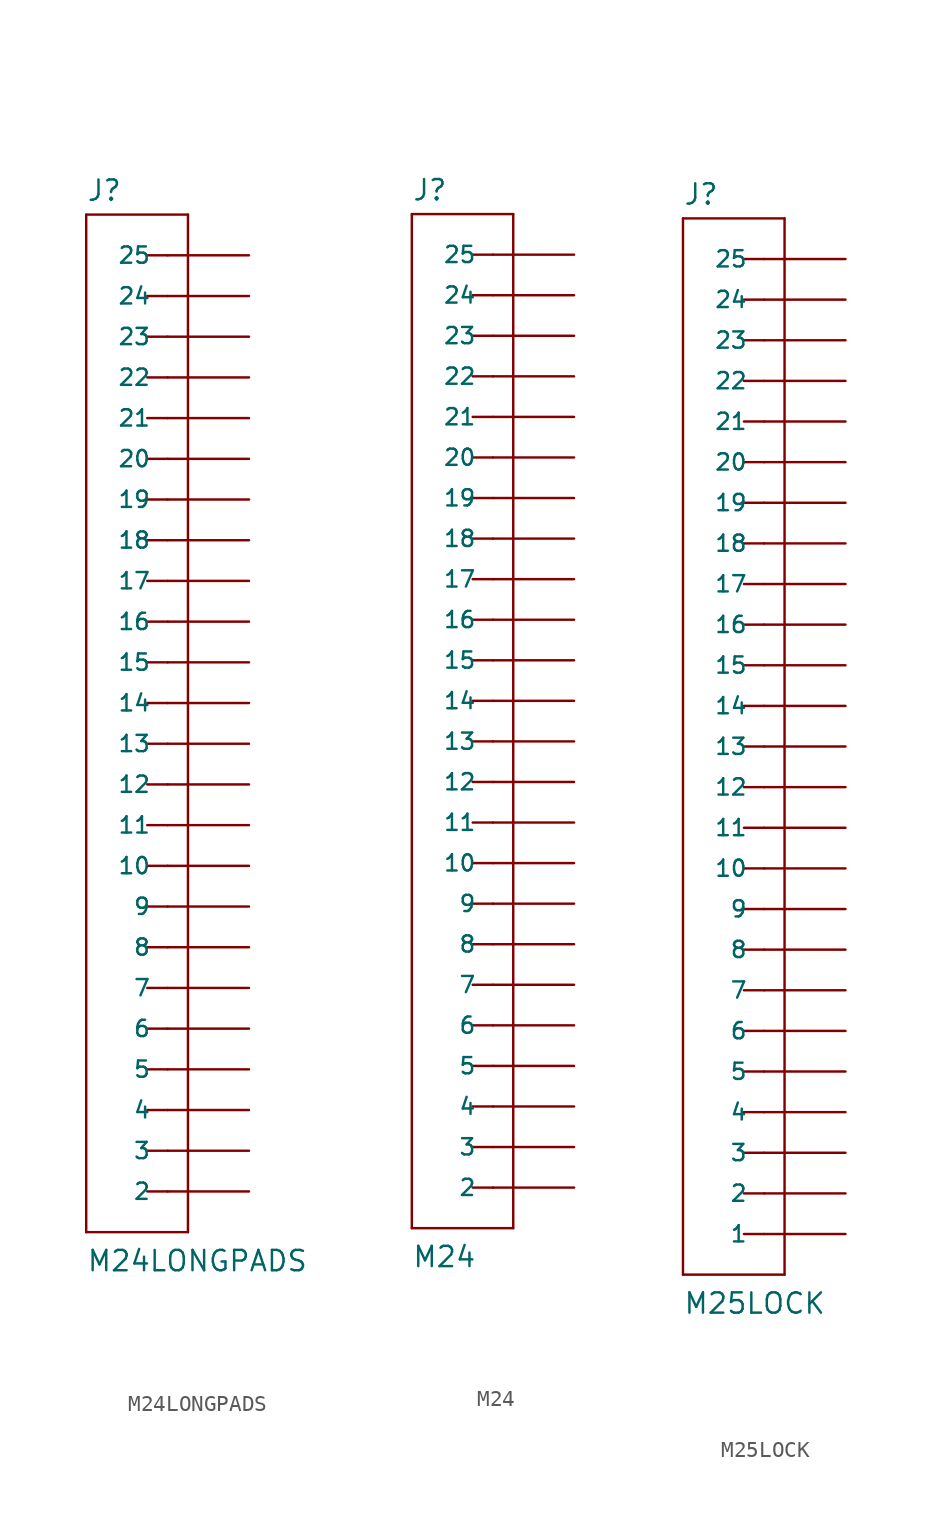
<source format=kicad_sym>
(kicad_symbol_lib
  (version 20211014)
  (generator kicad_symbol_editor)
  (symbol "M24LONGPADS"
    (pin_numbers hide)
    (pin_names
      (offset 1.016))
    (property "Reference" "J"
      (at -2.54 33.782 0)
      (effects (font (size 1.27 1.27)) (justify left bottom)))
    (property "Value" "M24LONGPADS"
      (at -2.54 -33.02 0)
      (effects (font (size 1.27 1.27)) (justify left bottom)))
    (property "Datasheet" ""
      (at 0 0 0)
      (effects (font (size 1.524 1.524))))
    (property "ki_locked" ""
      (at 0 0 0)
      (effects (font (size 1.27 1.27))))
    (symbol "M24LONGPADS_1_0"
      (polyline (pts (xy -2.54 33.02) (xy -2.54 -30.48)) (stroke (width 0) (type default) (color 0 0 0 0)) (fill (type none)))
      (polyline (pts (xy -2.54 33.02) (xy 3.81 33.02)) (stroke (width 0) (type default) (color 0 0 0 0)) (fill (type none)))
      (polyline (pts (xy 1.27 -27.94) (xy 2.54 -27.94)) (stroke (width 0) (type default) (color 0 0 0 0)) (fill (type none)))
      (polyline (pts (xy 1.27 -25.4) (xy 2.54 -25.4)) (stroke (width 0) (type default) (color 0 0 0 0)) (fill (type none)))
      (polyline (pts (xy 1.27 -22.86) (xy 2.54 -22.86)) (stroke (width 0) (type default) (color 0 0 0 0)) (fill (type none)))
      (polyline (pts (xy 1.27 -20.32) (xy 2.54 -20.32)) (stroke (width 0) (type default) (color 0 0 0 0)) (fill (type none)))
      (polyline (pts (xy 1.27 -17.78) (xy 2.54 -17.78)) (stroke (width 0) (type default) (color 0 0 0 0)) (fill (type none)))
      (polyline (pts (xy 1.27 -15.24) (xy 2.54 -15.24)) (stroke (width 0) (type default) (color 0 0 0 0)) (fill (type none)))
      (polyline (pts (xy 1.27 -12.7) (xy 2.54 -12.7)) (stroke (width 0) (type default) (color 0 0 0 0)) (fill (type none)))
      (polyline (pts (xy 1.27 -10.16) (xy 2.54 -10.16)) (stroke (width 0) (type default) (color 0 0 0 0)) (fill (type none)))
      (polyline (pts (xy 1.27 -7.62) (xy 2.54 -7.62)) (stroke (width 0) (type default) (color 0 0 0 0)) (fill (type none)))
      (polyline (pts (xy 1.27 -5.08) (xy 2.54 -5.08)) (stroke (width 0) (type default) (color 0 0 0 0)) (fill (type none)))
      (polyline (pts (xy 1.27 -2.54) (xy 2.54 -2.54)) (stroke (width 0) (type default) (color 0 0 0 0)) (fill (type none)))
      (polyline (pts (xy 1.27 0) (xy 2.54 0)) (stroke (width 0) (type default) (color 0 0 0 0)) (fill (type none)))
      (polyline (pts (xy 1.27 2.54) (xy 2.54 2.54)) (stroke (width 0) (type default) (color 0 0 0 0)) (fill (type none)))
      (polyline (pts (xy 1.27 5.08) (xy 2.54 5.08)) (stroke (width 0) (type default) (color 0 0 0 0)) (fill (type none)))
      (polyline (pts (xy 1.27 7.62) (xy 2.54 7.62)) (stroke (width 0) (type default) (color 0 0 0 0)) (fill (type none)))
      (polyline (pts (xy 1.27 10.16) (xy 2.54 10.16)) (stroke (width 0) (type default) (color 0 0 0 0)) (fill (type none)))
      (polyline (pts (xy 1.27 12.7) (xy 2.54 12.7)) (stroke (width 0) (type default) (color 0 0 0 0)) (fill (type none)))
      (polyline (pts (xy 1.27 15.24) (xy 2.54 15.24)) (stroke (width 0) (type default) (color 0 0 0 0)) (fill (type none)))
      (polyline (pts (xy 1.27 17.78) (xy 2.54 17.78)) (stroke (width 0) (type default) (color 0 0 0 0)) (fill (type none)))
      (polyline (pts (xy 1.27 20.32) (xy 2.54 20.32)) (stroke (width 0) (type default) (color 0 0 0 0)) (fill (type none)))
      (polyline (pts (xy 1.27 22.86) (xy 2.54 22.86)) (stroke (width 0) (type default) (color 0 0 0 0)) (fill (type none)))
      (polyline (pts (xy 1.27 25.4) (xy 2.54 25.4)) (stroke (width 0) (type default) (color 0 0 0 0)) (fill (type none)))
      (polyline (pts (xy 1.27 27.94) (xy 2.54 27.94)) (stroke (width 0) (type default) (color 0 0 0 0)) (fill (type none)))
      (polyline (pts (xy 1.27 30.48) (xy 2.54 30.48)) (stroke (width 0) (type default) (color 0 0 0 0)) (fill (type none)))
      (polyline (pts (xy 3.81 -30.48) (xy -2.54 -30.48)) (stroke (width 0) (type default) (color 0 0 0 0)) (fill (type none)))
      (polyline (pts (xy 3.81 -30.48) (xy 3.81 33.02)) (stroke (width 0) (type default) (color 0 0 0 0)) (fill (type none))))
    (symbol "M24LONGPADS_1_1"
      (pin passive line (at 7.62 -7.62 180) (length 5.08) (name "10" (effects (font (size 1.016 1.016)))) (number "10" (effects (font (size 1.016 1.016)))))
      (pin passive line (at 7.62 -5.08 180) (length 5.08) (name "11" (effects (font (size 1.016 1.016)))) (number "11" (effects (font (size 1.016 1.016)))))
      (pin passive line (at 7.62 -2.54 180) (length 5.08) (name "12" (effects (font (size 1.016 1.016)))) (number "12" (effects (font (size 1.016 1.016)))))
      (pin passive line (at 7.62 0 180) (length 5.08) (name "13" (effects (font (size 1.016 1.016)))) (number "13" (effects (font (size 1.016 1.016)))))
      (pin passive line (at 7.62 2.54 180) (length 5.08) (name "14" (effects (font (size 1.016 1.016)))) (number "14" (effects (font (size 1.016 1.016)))))
      (pin passive line (at 7.62 5.08 180) (length 5.08) (name "15" (effects (font (size 1.016 1.016)))) (number "15" (effects (font (size 1.016 1.016)))))
      (pin passive line (at 7.62 7.62 180) (length 5.08) (name "16" (effects (font (size 1.016 1.016)))) (number "16" (effects (font (size 1.016 1.016)))))
      (pin passive line (at 7.62 10.16 180) (length 5.08) (name "17" (effects (font (size 1.016 1.016)))) (number "17" (effects (font (size 1.016 1.016)))))
      (pin passive line (at 7.62 12.7 180) (length 5.08) (name "18" (effects (font (size 1.016 1.016)))) (number "18" (effects (font (size 1.016 1.016)))))
      (pin passive line (at 7.62 15.24 180) (length 5.08) (name "19" (effects (font (size 1.016 1.016)))) (number "19" (effects (font (size 1.016 1.016)))))
      (pin passive line (at 7.62 -27.94 180) (length 5.08) (name "2" (effects (font (size 1.016 1.016)))) (number "2" (effects (font (size 1.016 1.016)))))
      (pin passive line (at 7.62 17.78 180) (length 5.08) (name "20" (effects (font (size 1.016 1.016)))) (number "20" (effects (font (size 1.016 1.016)))))
      (pin passive line (at 7.62 20.32 180) (length 5.08) (name "21" (effects (font (size 1.016 1.016)))) (number "21" (effects (font (size 1.016 1.016)))))
      (pin passive line (at 7.62 22.86 180) (length 5.08) (name "22" (effects (font (size 1.016 1.016)))) (number "22" (effects (font (size 1.016 1.016)))))
      (pin passive line (at 7.62 25.4 180) (length 5.08) (name "23" (effects (font (size 1.016 1.016)))) (number "23" (effects (font (size 1.016 1.016)))))
      (pin passive line (at 7.62 27.94 180) (length 5.08) (name "24" (effects (font (size 1.016 1.016)))) (number "24" (effects (font (size 1.016 1.016)))))
      (pin passive line (at 7.62 30.48 180) (length 5.08) (name "25" (effects (font (size 1.016 1.016)))) (number "25" (effects (font (size 1.016 1.016)))))
      (pin passive line (at 7.62 -25.4 180) (length 5.08) (name "3" (effects (font (size 1.016 1.016)))) (number "3" (effects (font (size 1.016 1.016)))))
      (pin passive line (at 7.62 -22.86 180) (length 5.08) (name "4" (effects (font (size 1.016 1.016)))) (number "4" (effects (font (size 1.016 1.016)))))
      (pin passive line (at 7.62 -20.32 180) (length 5.08) (name "5" (effects (font (size 1.016 1.016)))) (number "5" (effects (font (size 1.016 1.016)))))
      (pin passive line (at 7.62 -17.78 180) (length 5.08) (name "6" (effects (font (size 1.016 1.016)))) (number "6" (effects (font (size 1.016 1.016)))))
      (pin passive line (at 7.62 -15.24 180) (length 5.08) (name "7" (effects (font (size 1.016 1.016)))) (number "7" (effects (font (size 1.016 1.016)))))
      (pin passive line (at 7.62 -12.7 180) (length 5.08) (name "8" (effects (font (size 1.016 1.016)))) (number "8" (effects (font (size 1.016 1.016)))))
      (pin passive line (at 7.62 -10.16 180) (length 5.08) (name "9" (effects (font (size 1.016 1.016)))) (number "9" (effects (font (size 1.016 1.016)))))))
  (symbol "M24"
    (pin_numbers hide)
    (pin_names
      (offset 1.016))
    (property "Reference" "J"
      (at -2.54 33.782 0)
      (effects (font (size 1.27 1.27)) (justify left bottom)))
    (property "Value" "M24"
      (at -2.54 -33.02 0)
      (effects (font (size 1.27 1.27)) (justify left bottom)))
    (property "Datasheet" ""
      (at 0 0 0)
      (effects (font (size 1.524 1.524))))
    (property "ki_locked" ""
      (at 0 0 0)
      (effects (font (size 1.27 1.27))))
    (symbol "M24_1_0"
      (polyline (pts (xy -2.54 33.02) (xy -2.54 -30.48)) (stroke (width 0) (type default) (color 0 0 0 0)) (fill (type none)))
      (polyline (pts (xy -2.54 33.02) (xy 3.81 33.02)) (stroke (width 0) (type default) (color 0 0 0 0)) (fill (type none)))
      (polyline (pts (xy 1.27 -27.94) (xy 2.54 -27.94)) (stroke (width 0) (type default) (color 0 0 0 0)) (fill (type none)))
      (polyline (pts (xy 1.27 -25.4) (xy 2.54 -25.4)) (stroke (width 0) (type default) (color 0 0 0 0)) (fill (type none)))
      (polyline (pts (xy 1.27 -22.86) (xy 2.54 -22.86)) (stroke (width 0) (type default) (color 0 0 0 0)) (fill (type none)))
      (polyline (pts (xy 1.27 -20.32) (xy 2.54 -20.32)) (stroke (width 0) (type default) (color 0 0 0 0)) (fill (type none)))
      (polyline (pts (xy 1.27 -17.78) (xy 2.54 -17.78)) (stroke (width 0) (type default) (color 0 0 0 0)) (fill (type none)))
      (polyline (pts (xy 1.27 -15.24) (xy 2.54 -15.24)) (stroke (width 0) (type default) (color 0 0 0 0)) (fill (type none)))
      (polyline (pts (xy 1.27 -12.7) (xy 2.54 -12.7)) (stroke (width 0) (type default) (color 0 0 0 0)) (fill (type none)))
      (polyline (pts (xy 1.27 -10.16) (xy 2.54 -10.16)) (stroke (width 0) (type default) (color 0 0 0 0)) (fill (type none)))
      (polyline (pts (xy 1.27 -7.62) (xy 2.54 -7.62)) (stroke (width 0) (type default) (color 0 0 0 0)) (fill (type none)))
      (polyline (pts (xy 1.27 -5.08) (xy 2.54 -5.08)) (stroke (width 0) (type default) (color 0 0 0 0)) (fill (type none)))
      (polyline (pts (xy 1.27 -2.54) (xy 2.54 -2.54)) (stroke (width 0) (type default) (color 0 0 0 0)) (fill (type none)))
      (polyline (pts (xy 1.27 0) (xy 2.54 0)) (stroke (width 0) (type default) (color 0 0 0 0)) (fill (type none)))
      (polyline (pts (xy 1.27 2.54) (xy 2.54 2.54)) (stroke (width 0) (type default) (color 0 0 0 0)) (fill (type none)))
      (polyline (pts (xy 1.27 5.08) (xy 2.54 5.08)) (stroke (width 0) (type default) (color 0 0 0 0)) (fill (type none)))
      (polyline (pts (xy 1.27 7.62) (xy 2.54 7.62)) (stroke (width 0) (type default) (color 0 0 0 0)) (fill (type none)))
      (polyline (pts (xy 1.27 10.16) (xy 2.54 10.16)) (stroke (width 0) (type default) (color 0 0 0 0)) (fill (type none)))
      (polyline (pts (xy 1.27 12.7) (xy 2.54 12.7)) (stroke (width 0) (type default) (color 0 0 0 0)) (fill (type none)))
      (polyline (pts (xy 1.27 15.24) (xy 2.54 15.24)) (stroke (width 0) (type default) (color 0 0 0 0)) (fill (type none)))
      (polyline (pts (xy 1.27 17.78) (xy 2.54 17.78)) (stroke (width 0) (type default) (color 0 0 0 0)) (fill (type none)))
      (polyline (pts (xy 1.27 20.32) (xy 2.54 20.32)) (stroke (width 0) (type default) (color 0 0 0 0)) (fill (type none)))
      (polyline (pts (xy 1.27 22.86) (xy 2.54 22.86)) (stroke (width 0) (type default) (color 0 0 0 0)) (fill (type none)))
      (polyline (pts (xy 1.27 25.4) (xy 2.54 25.4)) (stroke (width 0) (type default) (color 0 0 0 0)) (fill (type none)))
      (polyline (pts (xy 1.27 27.94) (xy 2.54 27.94)) (stroke (width 0) (type default) (color 0 0 0 0)) (fill (type none)))
      (polyline (pts (xy 1.27 30.48) (xy 2.54 30.48)) (stroke (width 0) (type default) (color 0 0 0 0)) (fill (type none)))
      (polyline (pts (xy 3.81 -30.48) (xy -2.54 -30.48)) (stroke (width 0) (type default) (color 0 0 0 0)) (fill (type none)))
      (polyline (pts (xy 3.81 -30.48) (xy 3.81 33.02)) (stroke (width 0) (type default) (color 0 0 0 0)) (fill (type none))))
    (symbol "M24_1_1"
      (pin passive line (at 7.62 -7.62 180) (length 5.08) (name "10" (effects (font (size 1.016 1.016)))) (number "10" (effects (font (size 1.016 1.016)))))
      (pin passive line (at 7.62 -5.08 180) (length 5.08) (name "11" (effects (font (size 1.016 1.016)))) (number "11" (effects (font (size 1.016 1.016)))))
      (pin passive line (at 7.62 -2.54 180) (length 5.08) (name "12" (effects (font (size 1.016 1.016)))) (number "12" (effects (font (size 1.016 1.016)))))
      (pin passive line (at 7.62 0 180) (length 5.08) (name "13" (effects (font (size 1.016 1.016)))) (number "13" (effects (font (size 1.016 1.016)))))
      (pin passive line (at 7.62 2.54 180) (length 5.08) (name "14" (effects (font (size 1.016 1.016)))) (number "14" (effects (font (size 1.016 1.016)))))
      (pin passive line (at 7.62 5.08 180) (length 5.08) (name "15" (effects (font (size 1.016 1.016)))) (number "15" (effects (font (size 1.016 1.016)))))
      (pin passive line (at 7.62 7.62 180) (length 5.08) (name "16" (effects (font (size 1.016 1.016)))) (number "16" (effects (font (size 1.016 1.016)))))
      (pin passive line (at 7.62 10.16 180) (length 5.08) (name "17" (effects (font (size 1.016 1.016)))) (number "17" (effects (font (size 1.016 1.016)))))
      (pin passive line (at 7.62 12.7 180) (length 5.08) (name "18" (effects (font (size 1.016 1.016)))) (number "18" (effects (font (size 1.016 1.016)))))
      (pin passive line (at 7.62 15.24 180) (length 5.08) (name "19" (effects (font (size 1.016 1.016)))) (number "19" (effects (font (size 1.016 1.016)))))
      (pin passive line (at 7.62 -27.94 180) (length 5.08) (name "2" (effects (font (size 1.016 1.016)))) (number "2" (effects (font (size 1.016 1.016)))))
      (pin passive line (at 7.62 17.78 180) (length 5.08) (name "20" (effects (font (size 1.016 1.016)))) (number "20" (effects (font (size 1.016 1.016)))))
      (pin passive line (at 7.62 20.32 180) (length 5.08) (name "21" (effects (font (size 1.016 1.016)))) (number "21" (effects (font (size 1.016 1.016)))))
      (pin passive line (at 7.62 22.86 180) (length 5.08) (name "22" (effects (font (size 1.016 1.016)))) (number "22" (effects (font (size 1.016 1.016)))))
      (pin passive line (at 7.62 25.4 180) (length 5.08) (name "23" (effects (font (size 1.016 1.016)))) (number "23" (effects (font (size 1.016 1.016)))))
      (pin passive line (at 7.62 27.94 180) (length 5.08) (name "24" (effects (font (size 1.016 1.016)))) (number "24" (effects (font (size 1.016 1.016)))))
      (pin passive line (at 7.62 30.48 180) (length 5.08) (name "25" (effects (font (size 1.016 1.016)))) (number "25" (effects (font (size 1.016 1.016)))))
      (pin passive line (at 7.62 -25.4 180) (length 5.08) (name "3" (effects (font (size 1.016 1.016)))) (number "3" (effects (font (size 1.016 1.016)))))
      (pin passive line (at 7.62 -22.86 180) (length 5.08) (name "4" (effects (font (size 1.016 1.016)))) (number "4" (effects (font (size 1.016 1.016)))))
      (pin passive line (at 7.62 -20.32 180) (length 5.08) (name "5" (effects (font (size 1.016 1.016)))) (number "5" (effects (font (size 1.016 1.016)))))
      (pin passive line (at 7.62 -17.78 180) (length 5.08) (name "6" (effects (font (size 1.016 1.016)))) (number "6" (effects (font (size 1.016 1.016)))))
      (pin passive line (at 7.62 -15.24 180) (length 5.08) (name "7" (effects (font (size 1.016 1.016)))) (number "7" (effects (font (size 1.016 1.016)))))
      (pin passive line (at 7.62 -12.7 180) (length 5.08) (name "8" (effects (font (size 1.016 1.016)))) (number "8" (effects (font (size 1.016 1.016)))))
      (pin passive line (at 7.62 -10.16 180) (length 5.08) (name "9" (effects (font (size 1.016 1.016)))) (number "9" (effects (font (size 1.016 1.016)))))))
  (symbol "M25LOCK"
    (pin_numbers hide)
    (pin_names
      (offset 1.016))
    (property "Reference" "J"
      (at 0 33.782 0)
      (effects (font (size 1.27 1.27)) (justify left bottom)))
    (property "Value" "M25LOCK"
      (at 0 -35.56 0)
      (effects (font (size 1.27 1.27)) (justify left bottom)))
    (property "Datasheet" ""
      (at 0 0 0)
      (effects (font (size 1.524 1.524))))
    (property "ki_locked" ""
      (at 0 0 0)
      (effects (font (size 1.27 1.27))))
    (symbol "M25LOCK_1_0"
      (polyline (pts (xy 0 33.02) (xy 0 -33.02)) (stroke (width 0) (type default) (color 0 0 0 0)) (fill (type none)))
      (polyline (pts (xy 0 33.02) (xy 6.35 33.02)) (stroke (width 0) (type default) (color 0 0 0 0)) (fill (type none)))
      (polyline (pts (xy 3.81 -30.48) (xy 5.08 -30.48)) (stroke (width 0) (type default) (color 0 0 0 0)) (fill (type none)))
      (polyline (pts (xy 3.81 -27.94) (xy 5.08 -27.94)) (stroke (width 0) (type default) (color 0 0 0 0)) (fill (type none)))
      (polyline (pts (xy 3.81 -25.4) (xy 5.08 -25.4)) (stroke (width 0) (type default) (color 0 0 0 0)) (fill (type none)))
      (polyline (pts (xy 3.81 -22.86) (xy 5.08 -22.86)) (stroke (width 0) (type default) (color 0 0 0 0)) (fill (type none)))
      (polyline (pts (xy 3.81 -20.32) (xy 5.08 -20.32)) (stroke (width 0) (type default) (color 0 0 0 0)) (fill (type none)))
      (polyline (pts (xy 3.81 -17.78) (xy 5.08 -17.78)) (stroke (width 0) (type default) (color 0 0 0 0)) (fill (type none)))
      (polyline (pts (xy 3.81 -15.24) (xy 5.08 -15.24)) (stroke (width 0) (type default) (color 0 0 0 0)) (fill (type none)))
      (polyline (pts (xy 3.81 -12.7) (xy 5.08 -12.7)) (stroke (width 0) (type default) (color 0 0 0 0)) (fill (type none)))
      (polyline (pts (xy 3.81 -10.16) (xy 5.08 -10.16)) (stroke (width 0) (type default) (color 0 0 0 0)) (fill (type none)))
      (polyline (pts (xy 3.81 -7.62) (xy 5.08 -7.62)) (stroke (width 0) (type default) (color 0 0 0 0)) (fill (type none)))
      (polyline (pts (xy 3.81 -5.08) (xy 5.08 -5.08)) (stroke (width 0) (type default) (color 0 0 0 0)) (fill (type none)))
      (polyline (pts (xy 3.81 -2.54) (xy 5.08 -2.54)) (stroke (width 0) (type default) (color 0 0 0 0)) (fill (type none)))
      (polyline (pts (xy 3.81 0) (xy 5.08 0)) (stroke (width 0) (type default) (color 0 0 0 0)) (fill (type none)))
      (polyline (pts (xy 3.81 2.54) (xy 5.08 2.54)) (stroke (width 0) (type default) (color 0 0 0 0)) (fill (type none)))
      (polyline (pts (xy 3.81 5.08) (xy 5.08 5.08)) (stroke (width 0) (type default) (color 0 0 0 0)) (fill (type none)))
      (polyline (pts (xy 3.81 7.62) (xy 5.08 7.62)) (stroke (width 0) (type default) (color 0 0 0 0)) (fill (type none)))
      (polyline (pts (xy 3.81 10.16) (xy 5.08 10.16)) (stroke (width 0) (type default) (color 0 0 0 0)) (fill (type none)))
      (polyline (pts (xy 3.81 12.7) (xy 5.08 12.7)) (stroke (width 0) (type default) (color 0 0 0 0)) (fill (type none)))
      (polyline (pts (xy 3.81 15.24) (xy 5.08 15.24)) (stroke (width 0) (type default) (color 0 0 0 0)) (fill (type none)))
      (polyline (pts (xy 3.81 17.78) (xy 5.08 17.78)) (stroke (width 0) (type default) (color 0 0 0 0)) (fill (type none)))
      (polyline (pts (xy 3.81 20.32) (xy 5.08 20.32)) (stroke (width 0) (type default) (color 0 0 0 0)) (fill (type none)))
      (polyline (pts (xy 3.81 22.86) (xy 5.08 22.86)) (stroke (width 0) (type default) (color 0 0 0 0)) (fill (type none)))
      (polyline (pts (xy 3.81 25.4) (xy 5.08 25.4)) (stroke (width 0) (type default) (color 0 0 0 0)) (fill (type none)))
      (polyline (pts (xy 3.81 27.94) (xy 5.08 27.94)) (stroke (width 0) (type default) (color 0 0 0 0)) (fill (type none)))
      (polyline (pts (xy 3.81 30.48) (xy 5.08 30.48)) (stroke (width 0) (type default) (color 0 0 0 0)) (fill (type none)))
      (polyline (pts (xy 6.35 -33.02) (xy 0 -33.02)) (stroke (width 0) (type default) (color 0 0 0 0)) (fill (type none)))
      (polyline (pts (xy 6.35 -33.02) (xy 6.35 33.02)) (stroke (width 0) (type default) (color 0 0 0 0)) (fill (type none))))
    (symbol "M25LOCK_1_1"
      (pin passive line (at 10.16 -30.48 180) (length 5.08) (name "1" (effects (font (size 1.016 1.016)))) (number "1" (effects (font (size 1.016 1.016)))))
      (pin passive line (at 10.16 -7.62 180) (length 5.08) (name "10" (effects (font (size 1.016 1.016)))) (number "10" (effects (font (size 1.016 1.016)))))
      (pin passive line (at 10.16 -5.08 180) (length 5.08) (name "11" (effects (font (size 1.016 1.016)))) (number "11" (effects (font (size 1.016 1.016)))))
      (pin passive line (at 10.16 -2.54 180) (length 5.08) (name "12" (effects (font (size 1.016 1.016)))) (number "12" (effects (font (size 1.016 1.016)))))
      (pin passive line (at 10.16 0 180) (length 5.08) (name "13" (effects (font (size 1.016 1.016)))) (number "13" (effects (font (size 1.016 1.016)))))
      (pin passive line (at 10.16 2.54 180) (length 5.08) (name "14" (effects (font (size 1.016 1.016)))) (number "14" (effects (font (size 1.016 1.016)))))
      (pin passive line (at 10.16 5.08 180) (length 5.08) (name "15" (effects (font (size 1.016 1.016)))) (number "15" (effects (font (size 1.016 1.016)))))
      (pin passive line (at 10.16 7.62 180) (length 5.08) (name "16" (effects (font (size 1.016 1.016)))) (number "16" (effects (font (size 1.016 1.016)))))
      (pin passive line (at 10.16 10.16 180) (length 5.08) (name "17" (effects (font (size 1.016 1.016)))) (number "17" (effects (font (size 1.016 1.016)))))
      (pin passive line (at 10.16 12.7 180) (length 5.08) (name "18" (effects (font (size 1.016 1.016)))) (number "18" (effects (font (size 1.016 1.016)))))
      (pin passive line (at 10.16 15.24 180) (length 5.08) (name "19" (effects (font (size 1.016 1.016)))) (number "19" (effects (font (size 1.016 1.016)))))
      (pin passive line (at 10.16 -27.94 180) (length 5.08) (name "2" (effects (font (size 1.016 1.016)))) (number "2" (effects (font (size 1.016 1.016)))))
      (pin passive line (at 10.16 17.78 180) (length 5.08) (name "20" (effects (font (size 1.016 1.016)))) (number "20" (effects (font (size 1.016 1.016)))))
      (pin passive line (at 10.16 20.32 180) (length 5.08) (name "21" (effects (font (size 1.016 1.016)))) (number "21" (effects (font (size 1.016 1.016)))))
      (pin passive line (at 10.16 22.86 180) (length 5.08) (name "22" (effects (font (size 1.016 1.016)))) (number "22" (effects (font (size 1.016 1.016)))))
      (pin passive line (at 10.16 25.4 180) (length 5.08) (name "23" (effects (font (size 1.016 1.016)))) (number "23" (effects (font (size 1.016 1.016)))))
      (pin passive line (at 10.16 27.94 180) (length 5.08) (name "24" (effects (font (size 1.016 1.016)))) (number "24" (effects (font (size 1.016 1.016)))))
      (pin passive line (at 10.16 30.48 180) (length 5.08) (name "25" (effects (font (size 1.016 1.016)))) (number "25" (effects (font (size 1.016 1.016)))))
      (pin passive line (at 10.16 -25.4 180) (length 5.08) (name "3" (effects (font (size 1.016 1.016)))) (number "3" (effects (font (size 1.016 1.016)))))
      (pin passive line (at 10.16 -22.86 180) (length 5.08) (name "4" (effects (font (size 1.016 1.016)))) (number "4" (effects (font (size 1.016 1.016)))))
      (pin passive line (at 10.16 -20.32 180) (length 5.08) (name "5" (effects (font (size 1.016 1.016)))) (number "5" (effects (font (size 1.016 1.016)))))
      (pin passive line (at 10.16 -17.78 180) (length 5.08) (name "6" (effects (font (size 1.016 1.016)))) (number "6" (effects (font (size 1.016 1.016)))))
      (pin passive line (at 10.16 -15.24 180) (length 5.08) (name "7" (effects (font (size 1.016 1.016)))) (number "7" (effects (font (size 1.016 1.016)))))
      (pin passive line (at 10.16 -12.7 180) (length 5.08) (name "8" (effects (font (size 1.016 1.016)))) (number "8" (effects (font (size 1.016 1.016)))))
      (pin passive line (at 10.16 -10.16 180) (length 5.08) (name "9" (effects (font (size 1.016 1.016)))) (number "9" (effects (font (size 1.016 1.016))))))))
</source>
